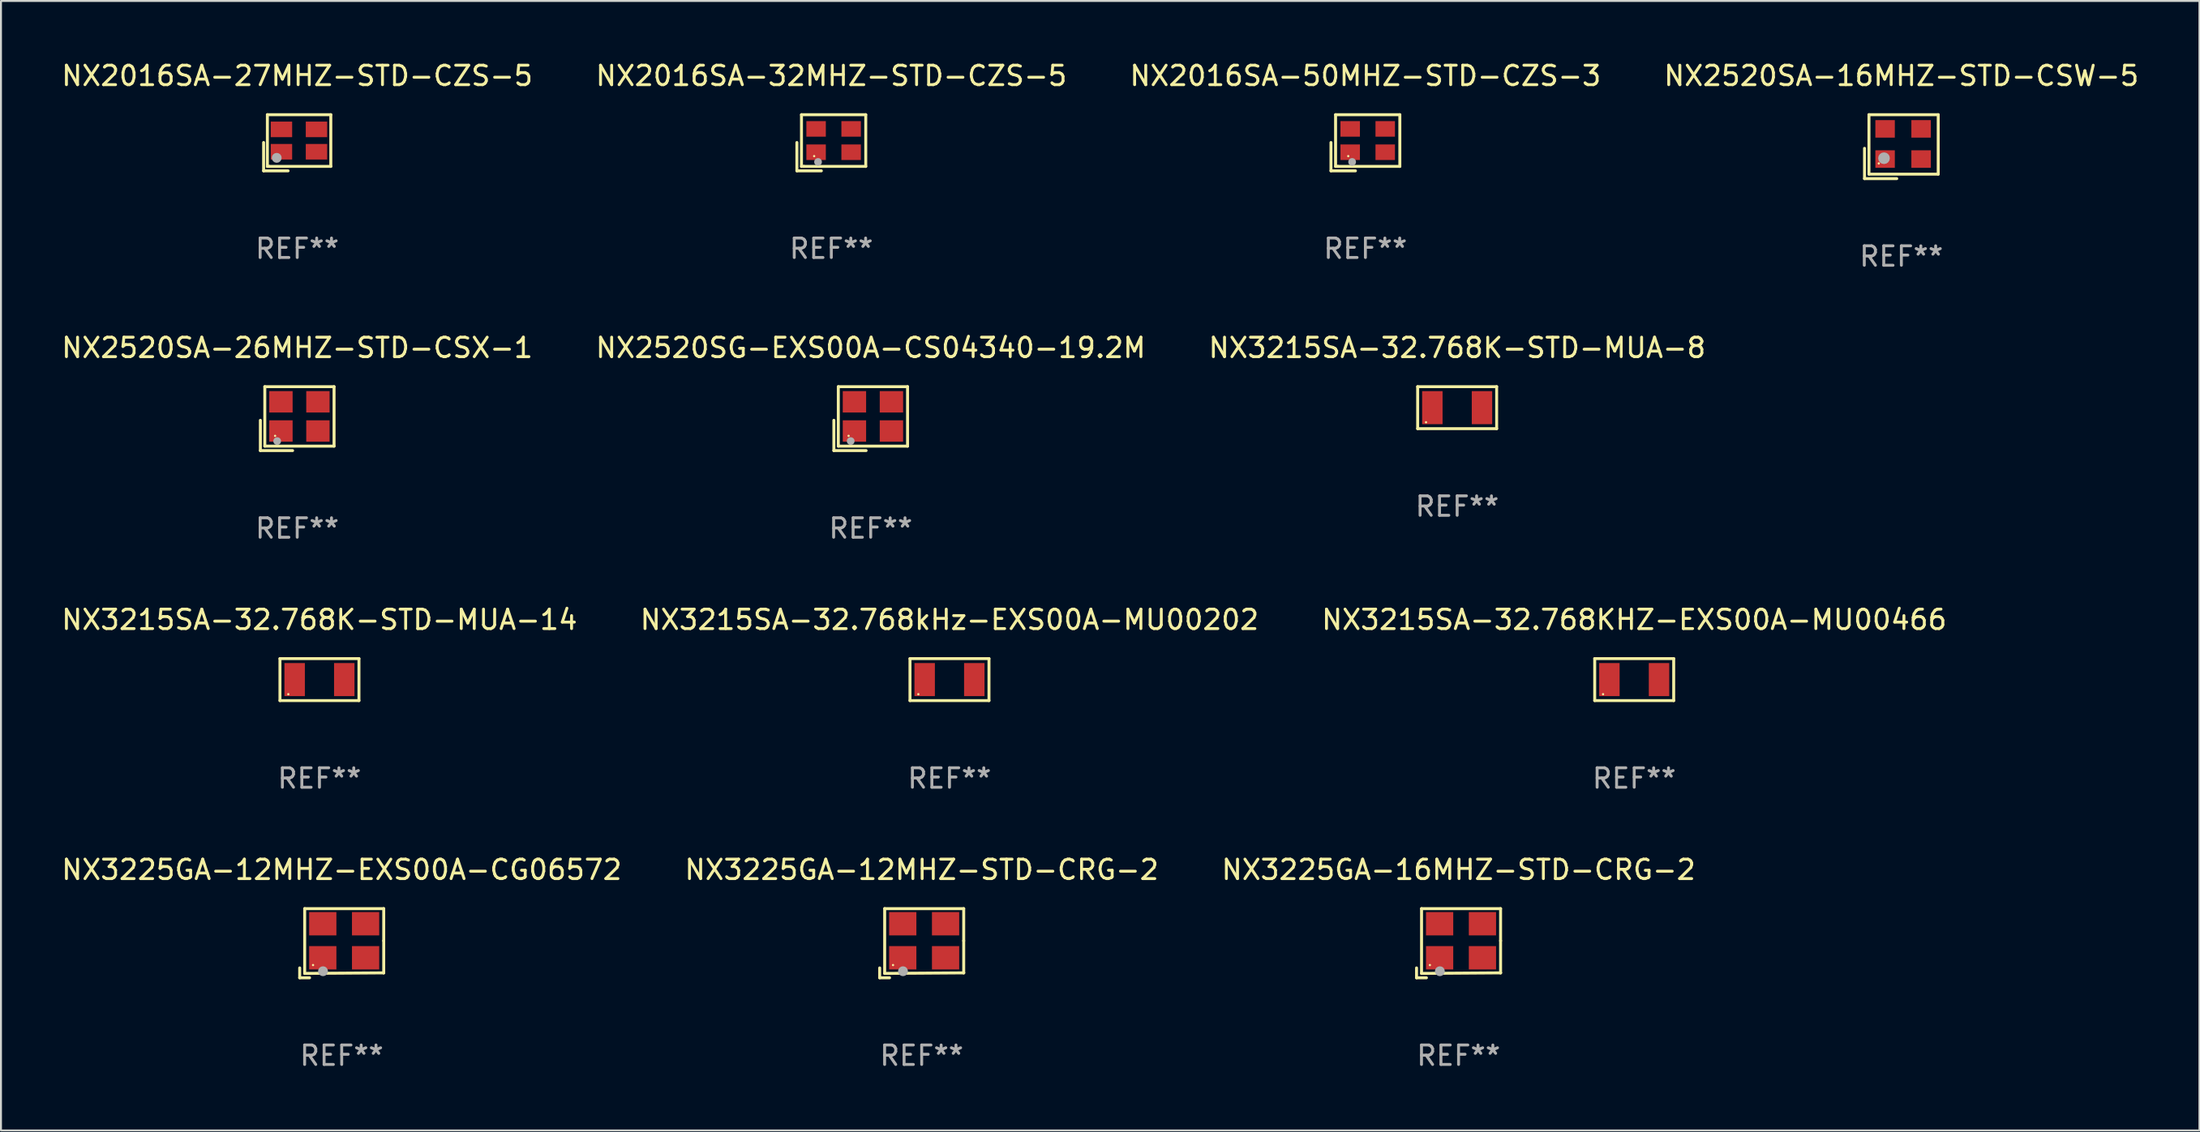
<source format=kicad_pcb>
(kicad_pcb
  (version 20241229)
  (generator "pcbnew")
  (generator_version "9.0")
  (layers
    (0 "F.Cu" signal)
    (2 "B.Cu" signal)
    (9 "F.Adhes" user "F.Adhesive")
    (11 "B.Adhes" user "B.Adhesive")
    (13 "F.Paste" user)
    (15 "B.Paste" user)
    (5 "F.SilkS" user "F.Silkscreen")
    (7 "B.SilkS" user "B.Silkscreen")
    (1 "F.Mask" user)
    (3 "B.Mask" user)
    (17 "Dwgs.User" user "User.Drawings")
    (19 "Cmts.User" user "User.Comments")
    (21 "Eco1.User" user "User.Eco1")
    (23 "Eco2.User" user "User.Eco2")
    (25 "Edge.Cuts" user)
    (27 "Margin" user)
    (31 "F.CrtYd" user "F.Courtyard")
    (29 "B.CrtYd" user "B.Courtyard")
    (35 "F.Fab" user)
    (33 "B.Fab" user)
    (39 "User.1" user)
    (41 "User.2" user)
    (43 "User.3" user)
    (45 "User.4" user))
  (footprint "NX2016SA-50MHZ-STD-CZS-3"
    (layer "F.Cu")
    (at 67.101 4.291)
    (property "Reference" "NX2016SA-50MHZ-STD-CZS-3" (at 0 -3.443 0) (layer "F.SilkS") (effects (font (size 1 1) (thickness 0.15))))
    (attr through_hole)
    (fp_line (start -1.769 -0.014) (end -1.769 1.443) (stroke (width 0.152) (type solid)) (layer "F.SilkS"))
    (fp_line (start -1.769 1.443) (end -0.512 1.443) (stroke (width 0.152) (type solid)) (layer "F.SilkS"))
    (fp_line (start -1.533 -1.443) (end 1.769 -1.443) (stroke (width 0.152) (type solid)) (layer "F.SilkS"))
    (fp_line (start -1.533 1.214) (end -1.533 -1.443) (stroke (width 0.152) (type solid)) (layer "F.SilkS"))
    (fp_line (start -1.411 1.214) (end -1.533 1.214) (stroke (width 0.152) (type solid)) (layer "F.SilkS"))
    (fp_line (start 1.769 -1.443) (end 1.769 1.214) (stroke (width 0.152) (type solid)) (layer "F.SilkS"))
    (fp_line (start 1.769 1.214) (end -1.411 1.214) (stroke (width 0.152) (type solid)) (layer "F.SilkS"))
    (fp_circle (center -0.882 0.686) (end -0.852 0.686) (stroke (width 0.06) (type solid)) (fill no) (layer "F.SilkS"))
    (fp_circle (center -0.682 0.986) (end -0.582 0.986) (stroke (width 0.2) (type solid)) (fill no) (layer "F.Fab"))
    (fp_text user "REF**" (at 0 5.443 0) (layer "F.Fab") (effects (font (size 1 1) (thickness 0.15))))
    (pad "1" smd rect (at -0.782 0.486 90) (size 0.8 1) (layers "F.Cu" "F.Mask" "F.Paste"))
    (pad "2" smd rect (at 1.018 0.486 90) (size 0.8 1) (layers "F.Cu" "F.Mask" "F.Paste"))
    (pad "3" smd rect (at 1.018 -0.714 90) (size 0.8 1) (layers "F.Cu" "F.Mask" "F.Paste"))
    (pad "4" smd rect (at -0.782 -0.714 90) (size 0.8 1) (layers "F.Cu" "F.Mask" "F.Paste")))
  (footprint "NX3215SA-32.768K-STD-MUA-14"
    (layer "F.Cu")
    (at 13.363 31.892)
    (property "Reference" "NX3215SA-32.768K-STD-MUA-14" (at 0 -3.079 0) (layer "F.SilkS") (effects (font (size 1 1) (thickness 0.15))))
    (attr through_hole)
    (fp_line (start -2.029 -1.079) (end 2.029 -1.079) (stroke (width 0.152) (type solid)) (layer "F.SilkS"))
    (fp_line (start -2.029 1.079) (end -2.029 -1.079) (stroke (width 0.152) (type solid)) (layer "F.SilkS"))
    (fp_line (start 2.029 -1.079) (end 2.029 1.079) (stroke (width 0.152) (type solid)) (layer "F.SilkS"))
    (fp_line (start 2.029 1.079) (end -2.029 1.079) (stroke (width 0.152) (type solid)) (layer "F.SilkS"))
    (fp_circle (center -1.6 0.75) (end -1.57 0.75) (stroke (width 0.06) (type solid)) (fill no) (layer "F.SilkS"))
    (fp_text user "REF**" (at 0 5.079 0) (layer "F.Fab") (effects (font (size 1 1) (thickness 0.15))))
    (pad "1" smd rect (at -1.275 0) (size 1.05 1.7) (layers "F.Cu" "F.Mask" "F.Paste"))
    (pad "2" smd rect (at 1.275 0) (size 1.05 1.7) (layers "F.Cu" "F.Mask" "F.Paste")))
  (footprint "NX2520SA-16MHZ-STD-CSW-5"
    (layer "F.Cu")
    (at 94.637 4.491)
    (property "Reference" "NX2520SA-16MHZ-STD-CSW-5" (at 0 -3.643 0) (layer "F.SilkS") (effects (font (size 1 1) (thickness 0.15))))
    (attr through_hole)
    (fp_line (start -1.893 0.086) (end -1.893 1.643) (stroke (width 0.152) (type solid)) (layer "F.SilkS"))
    (fp_line (start -1.893 1.643) (end -0.237 1.643) (stroke (width 0.152) (type solid)) (layer "F.SilkS"))
    (fp_line (start -1.665 -1.643) (end 1.893 -1.643) (stroke (width 0.152) (type solid)) (layer "F.SilkS"))
    (fp_line (start -1.665 1.414) (end -1.665 -1.643) (stroke (width 0.152) (type solid)) (layer "F.SilkS"))
    (fp_line (start 1.893 -1.643) (end 1.893 1.414) (stroke (width 0.152) (type solid)) (layer "F.SilkS"))
    (fp_line (start 1.893 1.414) (end -1.665 1.414) (stroke (width 0.152) (type solid)) (layer "F.SilkS"))
    (fp_circle (center -1.161 0.861) (end -1.131 0.861) (stroke (width 0.06) (type solid)) (fill no) (layer "F.SilkS"))
    (fp_circle (center -0.892 0.593) (end -0.742 0.593) (stroke (width 0.3) (type solid)) (fill no) (layer "F.Fab"))
    (fp_text user "REF**" (at 0 5.643 0) (layer "F.Fab") (effects (font (size 1 1) (thickness 0.15))))
    (pad "1" smd rect (at -0.836 0.636) (size 1 0.9) (layers "F.Cu" "F.Mask" "F.Paste"))
    (pad "2" smd rect (at 1.014 0.636) (size 1 0.9) (layers "F.Cu" "F.Mask" "F.Paste"))
    (pad "3" smd rect (at 1.014 -0.915) (size 1 0.9) (layers "F.Cu" "F.Mask" "F.Paste"))
    (pad "4" smd rect (at -0.836 -0.915) (size 1 0.9) (layers "F.Cu" "F.Mask" "F.Paste")))
  (footprint "NX2520SA-26MHZ-STD-CSX-1"
    (layer "F.Cu")
    (at 12.22 18.474)
    (property "Reference" "NX2520SA-26MHZ-STD-CSX-1" (at 0 -3.643 0) (layer "F.SilkS") (effects (font (size 1 1) (thickness 0.15))))
    (attr through_hole)
    (fp_line (start -1.893 0.086) (end -1.893 1.643) (stroke (width 0.152) (type solid)) (layer "F.SilkS"))
    (fp_line (start -1.893 1.643) (end -0.237 1.643) (stroke (width 0.152) (type solid)) (layer "F.SilkS"))
    (fp_line (start -1.665 -1.643) (end 1.893 -1.643) (stroke (width 0.152) (type solid)) (layer "F.SilkS"))
    (fp_line (start -1.665 1.414) (end -1.665 -1.643) (stroke (width 0.152) (type solid)) (layer "F.SilkS"))
    (fp_line (start 1.893 -1.643) (end 1.893 1.414) (stroke (width 0.152) (type solid)) (layer "F.SilkS"))
    (fp_line (start 1.893 1.414) (end -1.665 1.414) (stroke (width 0.152) (type solid)) (layer "F.SilkS"))
    (fp_circle (center -1.136 0.885) (end -1.106 0.885) (stroke (width 0.06) (type solid)) (fill no) (layer "F.SilkS"))
    (fp_circle (center -1.029 1.155) (end -0.929 1.155) (stroke (width 0.2) (type solid)) (fill no) (layer "F.Fab"))
    (fp_text user "REF**" (at 0 5.643 0) (layer "F.Fab") (effects (font (size 1 1) (thickness 0.15))))
    (pad "1" smd rect (at -0.836 0.636) (size 1.2 1.1) (layers "F.Cu" "F.Mask" "F.Paste"))
    (pad "2" smd rect (at 1.064 0.636) (size 1.2 1.1) (layers "F.Cu" "F.Mask" "F.Paste"))
    (pad "3" smd rect (at 1.064 -0.865) (size 1.2 1.1) (layers "F.Cu" "F.Mask" "F.Paste"))
    (pad "4" smd rect (at -0.836 -0.865) (size 1.2 1.1) (layers "F.Cu" "F.Mask" "F.Paste")))
  (footprint "NX3215SA-32.768kHz-EXS00A-MU00202"
    (layer "F.Cu")
    (at 45.732 31.892)
    (property "Reference" "NX3215SA-32.768kHz-EXS00A-MU00202" (at 0 -3.079 0) (layer "F.SilkS") (effects (font (size 1 1) (thickness 0.15))))
    (attr through_hole)
    (fp_line (start -2.029 -1.079) (end 2.029 -1.079) (stroke (width 0.152) (type solid)) (layer "F.SilkS"))
    (fp_line (start -2.029 1.079) (end -2.029 -1.079) (stroke (width 0.152) (type solid)) (layer "F.SilkS"))
    (fp_line (start 2.029 -1.079) (end 2.029 1.079) (stroke (width 0.152) (type solid)) (layer "F.SilkS"))
    (fp_line (start 2.029 1.079) (end -2.029 1.079) (stroke (width 0.152) (type solid)) (layer "F.SilkS"))
    (fp_circle (center -1.6 0.75) (end -1.57 0.75) (stroke (width 0.06) (type solid)) (fill no) (layer "F.SilkS"))
    (fp_text user "REF**" (at 0 5.079 0) (layer "F.Fab") (effects (font (size 1 1) (thickness 0.15))))
    (pad "1" smd rect (at -1.275 0) (size 1.05 1.7) (layers "F.Cu" "F.Mask" "F.Paste"))
    (pad "2" smd rect (at 1.275 0) (size 1.05 1.7) (layers "F.Cu" "F.Mask" "F.Paste")))
  (footprint "NX3225GA-12MHZ-EXS00A-CG06572"
    (layer "F.Cu")
    (at 14.506 45.446)
    (property "Reference" "NX3225GA-12MHZ-EXS00A-CG06572" (at 0 -3.778 0) (layer "F.SilkS") (effects (font (size 1 1) (thickness 0.15))))
    (attr through_hole)
    (fp_line (start -2.159 1.27) (end -2.159 1.778) (stroke (width 0.152) (type solid)) (layer "F.SilkS"))
    (fp_line (start -2.159 1.778) (end -1.651 1.778) (stroke (width 0.152) (type solid)) (layer "F.SilkS"))
    (fp_line (start -1.902 -1.778) (end 2.159 -1.778) (stroke (width 0.152) (type solid)) (layer "F.SilkS"))
    (fp_line (start -1.902 1.552) (end -1.902 -1.778) (stroke (width 0.152) (type solid)) (layer "F.SilkS"))
    (fp_line (start 2.159 -1.778) (end 2.159 -0.127) (stroke (width 0.152) (type solid)) (layer "F.SilkS"))
    (fp_line (start 2.159 -0.127) (end 2.159 1.524) (stroke (width 0.152) (type solid)) (layer "F.SilkS"))
    (fp_line (start 2.159 1.524) (end -1.902 1.552) (stroke (width 0.152) (type solid)) (layer "F.SilkS"))
    (fp_line (start 2.159 1.524) (end 2.159 1.524) (stroke (width 0.152) (type solid)) (layer "F.SilkS"))
    (fp_circle (center -1.473 1.123) (end -1.443 1.123) (stroke (width 0.06) (type solid)) (fill no) (layer "F.SilkS"))
    (fp_circle (center -0.961 1.44) (end -0.834 1.44) (stroke (width 0.254) (type solid)) (fill no) (layer "F.Fab"))
    (fp_text user "REF**" (at 0 5.778 0) (layer "F.Fab") (effects (font (size 1 1) (thickness 0.15))))
    (pad "1" smd rect (at -0.973 0.748) (size 1.4 1.2) (layers "F.Cu" "F.Mask" "F.Paste"))
    (pad "2" smd rect (at 1.227 0.748) (size 1.4 1.2) (layers "F.Cu" "F.Mask" "F.Paste"))
    (pad "3" smd rect (at 1.227 -1.002) (size 1.4 1.2) (layers "F.Cu" "F.Mask" "F.Paste"))
    (pad "4" smd rect (at -0.973 -1.002) (size 1.4 1.2) (layers "F.Cu" "F.Mask" "F.Paste")))
  (footprint "NX3225GA-12MHZ-STD-CRG-2"
    (layer "F.Cu")
    (at 44.304 45.446)
    (property "Reference" "NX3225GA-12MHZ-STD-CRG-2" (at 0 -3.778 0) (layer "F.SilkS") (effects (font (size 1 1) (thickness 0.15))))
    (attr through_hole)
    (fp_line (start -2.159 1.27) (end -2.159 1.778) (stroke (width 0.152) (type solid)) (layer "F.SilkS"))
    (fp_line (start -2.159 1.778) (end -1.651 1.778) (stroke (width 0.152) (type solid)) (layer "F.SilkS"))
    (fp_line (start -1.902 -1.778) (end 2.159 -1.778) (stroke (width 0.152) (type solid)) (layer "F.SilkS"))
    (fp_line (start -1.902 1.552) (end -1.902 -1.778) (stroke (width 0.152) (type solid)) (layer "F.SilkS"))
    (fp_line (start 2.159 -1.778) (end 2.159 -0.127) (stroke (width 0.152) (type solid)) (layer "F.SilkS"))
    (fp_line (start 2.159 -0.127) (end 2.159 1.524) (stroke (width 0.152) (type solid)) (layer "F.SilkS"))
    (fp_line (start 2.159 1.524) (end -1.902 1.552) (stroke (width 0.152) (type solid)) (layer "F.SilkS"))
    (fp_line (start 2.159 1.524) (end 2.159 1.524) (stroke (width 0.152) (type solid)) (layer "F.SilkS"))
    (fp_circle (center -1.473 1.123) (end -1.443 1.123) (stroke (width 0.06) (type solid)) (fill no) (layer "F.SilkS"))
    (fp_circle (center -0.961 1.44) (end -0.834 1.44) (stroke (width 0.254) (type solid)) (fill no) (layer "F.Fab"))
    (fp_text user "REF**" (at 0 5.778 0) (layer "F.Fab") (effects (font (size 1 1) (thickness 0.15))))
    (pad "1" smd rect (at -0.973 0.748) (size 1.4 1.2) (layers "F.Cu" "F.Mask" "F.Paste"))
    (pad "2" smd rect (at 1.227 0.748) (size 1.4 1.2) (layers "F.Cu" "F.Mask" "F.Paste"))
    (pad "3" smd rect (at 1.227 -1.002) (size 1.4 1.2) (layers "F.Cu" "F.Mask" "F.Paste"))
    (pad "4" smd rect (at -0.973 -1.002) (size 1.4 1.2) (layers "F.Cu" "F.Mask" "F.Paste")))
  (footprint "NX3215SA-32.768K-STD-MUA-8"
    (layer "F.Cu")
    (at 71.815 17.91)
    (property "Reference" "NX3215SA-32.768K-STD-MUA-8" (at 0 -3.079 0) (layer "F.SilkS") (effects (font (size 1 1) (thickness 0.15))))
    (attr through_hole)
    (fp_line (start -2.029 -1.079) (end 2.029 -1.079) (stroke (width 0.152) (type solid)) (layer "F.SilkS"))
    (fp_line (start -2.029 1.079) (end -2.029 -1.079) (stroke (width 0.152) (type solid)) (layer "F.SilkS"))
    (fp_line (start 2.029 -1.079) (end 2.029 1.079) (stroke (width 0.152) (type solid)) (layer "F.SilkS"))
    (fp_line (start 2.029 1.079) (end -2.029 1.079) (stroke (width 0.152) (type solid)) (layer "F.SilkS"))
    (fp_circle (center -1.6 0.75) (end -1.57 0.75) (stroke (width 0.06) (type solid)) (fill no) (layer "F.SilkS"))
    (fp_text user "REF**" (at 0 5.079 0) (layer "F.Fab") (effects (font (size 1 1) (thickness 0.15))))
    (pad "1" smd rect (at -1.275 0) (size 1.05 1.7) (layers "F.Cu" "F.Mask" "F.Paste"))
    (pad "2" smd rect (at 1.275 0) (size 1.05 1.7) (layers "F.Cu" "F.Mask" "F.Paste")))
  (footprint "NX2016SA-27MHZ-STD-CZS-5"
    (layer "F.Cu")
    (at 12.22 4.291)
    (property "Reference" "NX2016SA-27MHZ-STD-CZS-5" (at 0 -3.443 0) (layer "F.SilkS") (effects (font (size 1 1) (thickness 0.15))))
    (attr through_hole)
    (fp_line (start -1.726 -0.015) (end -1.726 1.443) (stroke (width 0.152) (type solid)) (layer "F.SilkS"))
    (fp_line (start -1.726 1.443) (end -0.469 1.443) (stroke (width 0.152) (type solid)) (layer "F.SilkS"))
    (fp_line (start -1.533 -1.443) (end 1.726 -1.443) (stroke (width 0.152) (type solid)) (layer "F.SilkS"))
    (fp_line (start -1.533 1.214) (end -1.533 -1.443) (stroke (width 0.152) (type solid)) (layer "F.SilkS"))
    (fp_line (start -1.439 1.214) (end -1.533 1.214) (stroke (width 0.152) (type solid)) (layer "F.SilkS"))
    (fp_line (start 1.726 -1.443) (end 1.726 1.214) (stroke (width 0.152) (type solid)) (layer "F.SilkS"))
    (fp_line (start 1.726 1.214) (end -1.439 1.214) (stroke (width 0.152) (type solid)) (layer "F.SilkS"))
    (fp_circle (center -0.91 0.686) (end -0.88 0.686) (stroke (width 0.06) (type solid)) (fill no) (layer "F.SilkS"))
    (fp_circle (center -1.053 0.775) (end -0.926 0.775) (stroke (width 0.254) (type solid)) (fill no) (layer "F.Fab"))
    (fp_text user "REF**" (at 0 5.443 0) (layer "F.Fab") (effects (font (size 1 1) (thickness 0.15))))
    (pad "1" smd rect (at -0.81 0.461) (size 1.1 0.8) (layers "F.Cu" "F.Mask" "F.Paste"))
    (pad "2" smd rect (at 0.99 0.461) (size 1.1 0.8) (layers "F.Cu" "F.Mask" "F.Paste"))
    (pad "3" smd rect (at 0.99 -0.689) (size 1.1 0.8) (layers "F.Cu" "F.Mask" "F.Paste"))
    (pad "4" smd rect (at -0.81 -0.689) (size 1.1 0.8) (layers "F.Cu" "F.Mask" "F.Paste")))
  (footprint "NX2520SG-EXS00A-CS04340-19.2M"
    (layer "F.Cu")
    (at 41.685 18.474)
    (property "Reference" "NX2520SG-EXS00A-CS04340-19.2M" (at 0 -3.643 0) (layer "F.SilkS") (effects (font (size 1 1) (thickness 0.15))))
    (attr through_hole)
    (fp_line (start -1.893 0.086) (end -1.893 1.643) (stroke (width 0.152) (type solid)) (layer "F.SilkS"))
    (fp_line (start -1.893 1.643) (end -0.237 1.643) (stroke (width 0.152) (type solid)) (layer "F.SilkS"))
    (fp_line (start -1.665 -1.643) (end 1.893 -1.643) (stroke (width 0.152) (type solid)) (layer "F.SilkS"))
    (fp_line (start -1.665 1.414) (end -1.665 -1.643) (stroke (width 0.152) (type solid)) (layer "F.SilkS"))
    (fp_line (start 1.893 -1.643) (end 1.893 1.414) (stroke (width 0.152) (type solid)) (layer "F.SilkS"))
    (fp_line (start 1.893 1.414) (end -1.665 1.414) (stroke (width 0.152) (type solid)) (layer "F.SilkS"))
    (fp_circle (center -1.136 0.885) (end -1.106 0.885) (stroke (width 0.06) (type solid)) (fill no) (layer "F.SilkS"))
    (fp_circle (center -1.029 1.155) (end -0.929 1.155) (stroke (width 0.2) (type solid)) (fill no) (layer "F.Fab"))
    (fp_text user "REF**" (at 0 5.643 0) (layer "F.Fab") (effects (font (size 1 1) (thickness 0.15))))
    (pad "1" smd rect (at -0.836 0.636) (size 1.2 1.1) (layers "F.Cu" "F.Mask" "F.Paste"))
    (pad "2" smd rect (at 1.064 0.636) (size 1.2 1.1) (layers "F.Cu" "F.Mask" "F.Paste"))
    (pad "3" smd rect (at 1.064 -0.865) (size 1.2 1.1) (layers "F.Cu" "F.Mask" "F.Paste"))
    (pad "4" smd rect (at -0.836 -0.865) (size 1.2 1.1) (layers "F.Cu" "F.Mask" "F.Paste")))
  (footprint "NX3215SA-32.768KHZ-EXS00A-MU00466"
    (layer "F.Cu")
    (at 80.911 31.892)
    (property "Reference" "NX3215SA-32.768KHZ-EXS00A-MU00466" (at 0 -3.079 0) (layer "F.SilkS") (effects (font (size 1 1) (thickness 0.15))))
    (attr through_hole)
    (fp_line (start -2.029 -1.079) (end 2.029 -1.079) (stroke (width 0.152) (type solid)) (layer "F.SilkS"))
    (fp_line (start -2.029 1.079) (end -2.029 -1.079) (stroke (width 0.152) (type solid)) (layer "F.SilkS"))
    (fp_line (start 2.029 -1.079) (end 2.029 1.079) (stroke (width 0.152) (type solid)) (layer "F.SilkS"))
    (fp_line (start 2.029 1.079) (end -2.029 1.079) (stroke (width 0.152) (type solid)) (layer "F.SilkS"))
    (fp_circle (center -1.6 0.75) (end -1.57 0.75) (stroke (width 0.06) (type solid)) (fill no) (layer "F.SilkS"))
    (fp_text user "REF**" (at 0 5.079 0) (layer "F.Fab") (effects (font (size 1 1) (thickness 0.15))))
    (pad "1" smd rect (at -1.275 0) (size 1.05 1.7) (layers "F.Cu" "F.Mask" "F.Paste"))
    (pad "2" smd rect (at 1.275 0) (size 1.05 1.7) (layers "F.Cu" "F.Mask" "F.Paste")))
  (footprint "NX2016SA-32MHZ-STD-CZS-5"
    (layer "F.Cu")
    (at 39.661 4.291)
    (property "Reference" "NX2016SA-32MHZ-STD-CZS-5" (at 0 -3.443 0) (layer "F.SilkS") (effects (font (size 1 1) (thickness 0.15))))
    (attr through_hole)
    (fp_line (start -1.769 -0.014) (end -1.769 1.443) (stroke (width 0.152) (type solid)) (layer "F.SilkS"))
    (fp_line (start -1.769 1.443) (end -0.512 1.443) (stroke (width 0.152) (type solid)) (layer "F.SilkS"))
    (fp_line (start -1.533 -1.443) (end 1.769 -1.443) (stroke (width 0.152) (type solid)) (layer "F.SilkS"))
    (fp_line (start -1.533 1.214) (end -1.533 -1.443) (stroke (width 0.152) (type solid)) (layer "F.SilkS"))
    (fp_line (start -1.411 1.214) (end -1.533 1.214) (stroke (width 0.152) (type solid)) (layer "F.SilkS"))
    (fp_line (start 1.769 -1.443) (end 1.769 1.214) (stroke (width 0.152) (type solid)) (layer "F.SilkS"))
    (fp_line (start 1.769 1.214) (end -1.411 1.214) (stroke (width 0.152) (type solid)) (layer "F.SilkS"))
    (fp_circle (center -0.882 0.686) (end -0.852 0.686) (stroke (width 0.06) (type solid)) (fill no) (layer "F.SilkS"))
    (fp_circle (center -0.682 0.986) (end -0.582 0.986) (stroke (width 0.2) (type solid)) (fill no) (layer "F.Fab"))
    (fp_text user "REF**" (at 0 5.443 0) (layer "F.Fab") (effects (font (size 1 1) (thickness 0.15))))
    (pad "1" smd rect (at -0.782 0.486 90) (size 0.8 1) (layers "F.Cu" "F.Mask" "F.Paste"))
    (pad "2" smd rect (at 1.018 0.486 90) (size 0.8 1) (layers "F.Cu" "F.Mask" "F.Paste"))
    (pad "3" smd rect (at 1.018 -0.714 90) (size 0.8 1) (layers "F.Cu" "F.Mask" "F.Paste"))
    (pad "4" smd rect (at -0.782 -0.714 90) (size 0.8 1) (layers "F.Cu" "F.Mask" "F.Paste")))
  (footprint "NX3225GA-16MHZ-STD-CRG-2"
    (layer "F.Cu")
    (at 71.887 45.446)
    (property "Reference" "NX3225GA-16MHZ-STD-CRG-2" (at 0 -3.778 0) (layer "F.SilkS") (effects (font (size 1 1) (thickness 0.15))))
    (attr through_hole)
    (fp_line (start -2.159 1.27) (end -2.159 1.778) (stroke (width 0.152) (type solid)) (layer "F.SilkS"))
    (fp_line (start -2.159 1.778) (end -1.651 1.778) (stroke (width 0.152) (type solid)) (layer "F.SilkS"))
    (fp_line (start -1.902 -1.778) (end 2.159 -1.778) (stroke (width 0.152) (type solid)) (layer "F.SilkS"))
    (fp_line (start -1.902 1.552) (end -1.902 -1.778) (stroke (width 0.152) (type solid)) (layer "F.SilkS"))
    (fp_line (start 2.159 -1.778) (end 2.159 -0.127) (stroke (width 0.152) (type solid)) (layer "F.SilkS"))
    (fp_line (start 2.159 -0.127) (end 2.159 1.524) (stroke (width 0.152) (type solid)) (layer "F.SilkS"))
    (fp_line (start 2.159 1.524) (end -1.902 1.552) (stroke (width 0.152) (type solid)) (layer "F.SilkS"))
    (fp_line (start 2.159 1.524) (end 2.159 1.524) (stroke (width 0.152) (type solid)) (layer "F.SilkS"))
    (fp_circle (center -1.473 1.123) (end -1.443 1.123) (stroke (width 0.06) (type solid)) (fill no) (layer "F.SilkS"))
    (fp_circle (center -0.961 1.44) (end -0.834 1.44) (stroke (width 0.254) (type solid)) (fill no) (layer "F.Fab"))
    (fp_text user "REF**" (at 0 5.778 0) (layer "F.Fab") (effects (font (size 1 1) (thickness 0.15))))
    (pad "1" smd rect (at -0.973 0.748) (size 1.4 1.2) (layers "F.Cu" "F.Mask" "F.Paste"))
    (pad "2" smd rect (at 1.227 0.748) (size 1.4 1.2) (layers "F.Cu" "F.Mask" "F.Paste"))
    (pad "3" smd rect (at 1.227 -1.002) (size 1.4 1.2) (layers "F.Cu" "F.Mask" "F.Paste"))
    (pad "4" smd rect (at -0.973 -1.002) (size 1.4 1.2) (layers "F.Cu" "F.Mask" "F.Paste")))
  (gr_rect
    (start -3 -3)
    (end 109.952 55.072)
    (stroke (width 0.1) (type default))
    (fill no)
    (layer "Edge.Cuts")))
</source>
